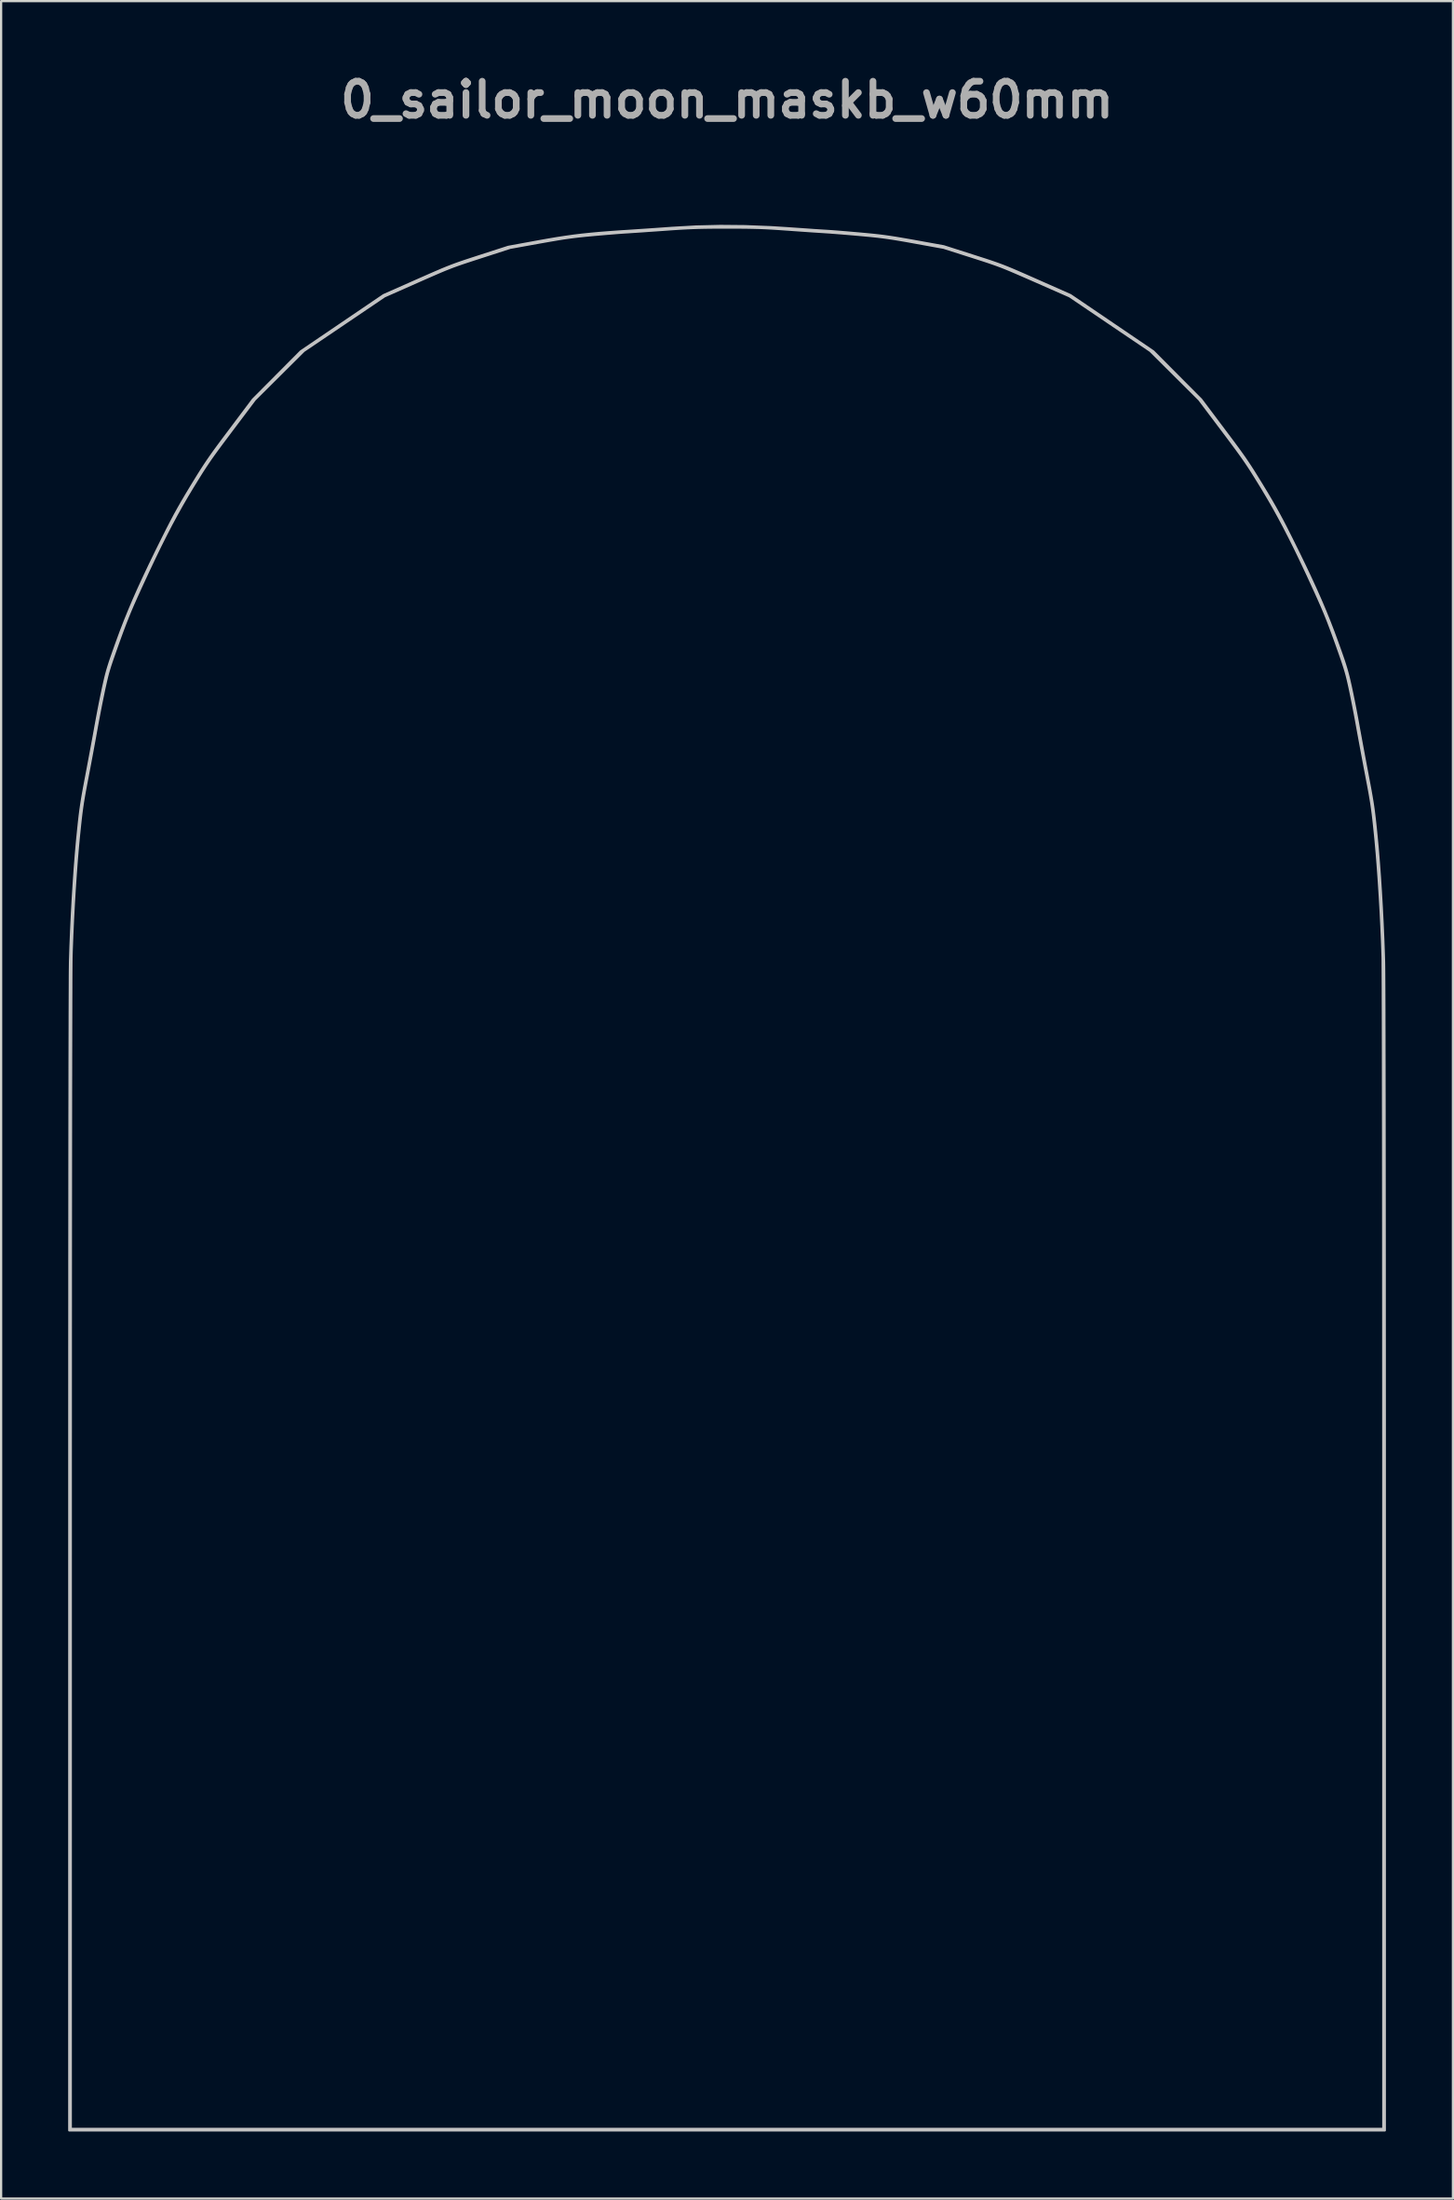
<source format=kicad_pcb>
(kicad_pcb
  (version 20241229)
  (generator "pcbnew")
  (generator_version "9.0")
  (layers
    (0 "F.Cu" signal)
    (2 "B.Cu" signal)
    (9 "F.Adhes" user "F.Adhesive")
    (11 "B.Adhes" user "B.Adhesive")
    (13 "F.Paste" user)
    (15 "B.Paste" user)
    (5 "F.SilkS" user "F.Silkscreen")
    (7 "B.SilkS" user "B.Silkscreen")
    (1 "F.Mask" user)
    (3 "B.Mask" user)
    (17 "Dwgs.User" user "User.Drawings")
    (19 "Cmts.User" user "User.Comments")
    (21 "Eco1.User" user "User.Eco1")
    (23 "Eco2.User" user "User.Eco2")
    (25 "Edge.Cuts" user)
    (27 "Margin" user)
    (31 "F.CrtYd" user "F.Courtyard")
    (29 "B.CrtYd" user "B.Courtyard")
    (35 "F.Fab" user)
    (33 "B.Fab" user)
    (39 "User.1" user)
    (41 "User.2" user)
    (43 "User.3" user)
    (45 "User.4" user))
  (footprint "0_sailor_moon_maskb_w60mm"
    (layer "F.Cu")
    (at 29.489 49.618)
    (property "Reference" "0_sailor_moon_maskb_w60mm" (at 0 -48.2 0) (layer "F.Fab") (effects (font (size 1.524 1.524) (thickness 0.3))))
    (attr board_only exclude_from_pos_files exclude_from_bom)
    (fp_poly (pts (xy -0.022 -36.275) (xy 0.19 -36.27) (xy 0.396 -36.262) (xy 0.606 -36.25) (xy 0.832 -36.234) (xy 1.068 -36.217) (xy 1.893 -36.146) (xy 2.678 -36.066) (xy 3.421 -35.977) (xy 4.114 -35.881) (xy 4.754 -35.777) (xy 5.336 -35.666) (xy 5.652 -35.598) (xy 6.289 -35.441) (xy 6.97 -35.254) (xy 7.684 -35.04) (xy 8.419 -34.803) (xy 9.162 -34.547) (xy 9.902 -34.278) (xy 10.627 -33.998) (xy 11.325 -33.713) (xy 11.983 -33.426) (xy 12.366 -33.249) (xy 13.32 -32.77) (xy 14.269 -32.24) (xy 15.207 -31.664) (xy 16.125 -31.049) (xy 17.014 -30.399) (xy 17.866 -29.722) (xy 18.673 -29.023) (xy 19.427 -28.308) (xy 19.826 -27.899) (xy 20.279 -27.416) (xy 20.688 -26.97) (xy 21.059 -26.553) (xy 21.399 -26.156) (xy 21.714 -25.773) (xy 22.011 -25.396) (xy 22.297 -25.018) (xy 22.372 -24.916) (xy 22.872 -24.2) (xy 23.369 -23.428) (xy 23.858 -22.611) (xy 24.332 -21.762) (xy 24.786 -20.89) (xy 25.214 -20.007) (xy 25.61 -19.124) (xy 25.968 -18.252) (xy 26.24 -17.523) (xy 26.445 -16.916) (xy 26.641 -16.276) (xy 26.826 -15.613) (xy 26.997 -14.939) (xy 27.153 -14.263) (xy 27.29 -13.597) (xy 27.407 -12.952) (xy 27.5 -12.338) (xy 27.569 -11.765) (xy 27.6 -11.398) (xy 27.629 -10.877) (xy 27.648 -10.305) (xy 27.658 -9.701) (xy 27.658 -9.078) (xy 27.649 -8.454) (xy 27.63 -7.843) (xy 27.603 -7.261) (xy 27.567 -6.725) (xy 27.553 -6.559) (xy 27.492 -5.903) (xy 27.431 -5.305) (xy 27.368 -4.755) (xy 27.302 -4.243) (xy 27.231 -3.761) (xy 27.153 -3.298) (xy 27.066 -2.845) (xy 26.97 -2.393) (xy 26.861 -1.933) (xy 26.74 -1.455) (xy 26.603 -0.949) (xy 26.501 -0.584) (xy 26.382 -0.172) (xy 26.278 0.185) (xy 26.183 0.499) (xy 26.095 0.778) (xy 26.01 1.034) (xy 25.925 1.276) (xy 25.837 1.515) (xy 25.741 1.76) (xy 25.635 2.023) (xy 25.621 2.058) (xy 25.338 2.734) (xy 25.063 3.357) (xy 24.79 3.941) (xy 24.511 4.501) (xy 24.221 5.048) (xy 23.913 5.596) (xy 23.64 6.058) (xy 23.323 6.58) (xy 23.028 7.052) (xy 22.75 7.484) (xy 22.481 7.886) (xy 22.214 8.269) (xy 21.942 8.641) (xy 21.659 9.013) (xy 21.357 9.395) (xy 21.187 9.606) (xy 20.796 10.082) (xy 20.439 10.507) (xy 20.11 10.887) (xy 19.807 11.227) (xy 19.524 11.53) (xy 19.257 11.802) (xy 19.002 12.047) (xy 18.861 12.177) (xy 18.044 12.883) (xy 17.217 13.535) (xy 16.363 14.144) (xy 15.466 14.725) (xy 15.353 14.794) (xy 14.777 15.143) (xy 14.247 15.456) (xy 13.757 15.74) (xy 13.297 15.996) (xy 12.86 16.229) (xy 12.439 16.443) (xy 12.025 16.641) (xy 11.61 16.828) (xy 11.188 17.007) (xy 10.749 17.183) (xy 10.287 17.359) (xy 9.813 17.532) (xy 8.93 17.84) (xy 8.093 18.115) (xy 7.292 18.361) (xy 6.517 18.579) (xy 5.757 18.774) (xy 5.002 18.946) (xy 4.243 19.1) (xy 3.64 19.209) (xy 3.45 19.246) (xy 3.308 19.292) (xy 3.202 19.356) (xy 3.121 19.449) (xy 3.052 19.583) (xy 2.983 19.767) (xy 2.962 19.831) (xy 2.77 20.494) (xy 2.628 21.146) (xy 2.537 21.775) (xy 2.514 22.046) (xy 2.509 22.31) (xy 2.523 22.619) (xy 2.554 22.951) (xy 2.599 23.289) (xy 2.656 23.611) (xy 2.724 23.9) (xy 2.736 23.946) (xy 2.766 24.047) (xy 2.794 24.139) (xy 2.824 24.228) (xy 2.859 24.321) (xy 2.901 24.423) (xy 2.953 24.542) (xy 3.019 24.682) (xy 3.101 24.852) (xy 3.202 25.056) (xy 3.324 25.301) (xy 3.471 25.593) (xy 3.635 25.917) (xy 3.707 26.124) (xy 3.736 26.357) (xy 3.721 26.592) (xy 3.674 26.768) (xy 3.626 26.877) (xy 3.565 26.962) (xy 3.475 27.045) (xy 3.396 27.106) (xy 3.278 27.187) (xy 3.165 27.255) (xy 3.079 27.296) (xy 3.074 27.298) (xy 2.975 27.317) (xy 2.835 27.328) (xy 2.677 27.331) (xy 2.527 27.325) (xy 2.409 27.309) (xy 2.4 27.307) (xy 2.337 27.277) (xy 2.24 27.215) (xy 2.123 27.13) (xy 2.046 27.069) (xy 1.863 26.9) (xy 1.657 26.671) (xy 1.427 26.384) (xy 1.175 26.039) (xy 0.903 25.638) (xy 0.691 25.31) (xy 0.554 25.091) (xy 0.443 24.906) (xy 0.35 24.739) (xy 0.266 24.572) (xy 0.183 24.387) (xy 0.09 24.168) (xy 0.025 24.009) (xy -0.071 23.769) (xy -0.145 23.575) (xy -0.204 23.41) (xy -0.251 23.258) (xy -0.291 23.103) (xy -0.33 22.928) (xy -0.372 22.719) (xy -0.376 22.696) (xy -0.419 22.461) (xy -0.46 22.209) (xy -0.495 21.963) (xy -0.522 21.745) (xy -0.533 21.633) (xy -0.571 21.187) (xy -0.751 20.964) (xy -0.931 20.741) (xy -1.308 20.619) (xy -1.472 20.567) (xy -1.625 20.518) (xy -1.75 20.478) (xy -1.819 20.457) (xy -1.906 20.424) (xy -2.032 20.367) (xy -2.175 20.297) (xy -2.259 20.253) (xy -2.348 20.208) (xy -2.454 20.161) (xy -2.583 20.109) (xy -2.741 20.051) (xy -2.934 19.983) (xy -3.168 19.904) (xy -3.449 19.812) (xy -3.784 19.705) (xy -4.095 19.606) (xy -4.471 19.488) (xy -4.888 19.359) (xy -5.328 19.224) (xy -5.774 19.088) (xy -6.21 18.956) (xy -6.619 18.834) (xy -6.984 18.726) (xy -7.044 18.708) (xy -7.52 18.567) (xy -7.968 18.428) (xy -8.397 18.288) (xy -8.817 18.143) (xy -9.238 17.99) (xy -9.669 17.824) (xy -10.12 17.644) (xy -10.601 17.444) (xy -11.121 17.221) (xy -11.69 16.972) (xy -11.746 16.947) (xy -12.732 16.491) (xy -13.666 16.019) (xy -14.546 15.533) (xy -15.367 15.034) (xy -16.128 14.523) (xy -16.754 14.06) (xy -16.974 13.892) (xy -17.147 13.768) (xy -17.276 13.686) (xy -17.363 13.645) (xy -17.383 13.639) (xy -17.536 13.647) (xy -17.711 13.712) (xy -17.902 13.834) (xy -17.946 13.868) (xy -18.051 13.947) (xy -18.192 14.044) (xy -18.346 14.143) (xy -18.43 14.196) (xy -18.559 14.27) (xy -18.676 14.33) (xy -18.797 14.382) (xy -18.939 14.431) (xy -19.117 14.484) (xy -19.295 14.533) (xy -19.585 14.603) (xy -19.923 14.672) (xy -20.294 14.736) (xy -20.681 14.794) (xy -21.069 14.843) (xy -21.442 14.882) (xy -21.785 14.908) (xy -22.082 14.92) (xy -22.128 14.92) (xy -22.561 14.904) (xy -22.937 14.857) (xy -23.257 14.779) (xy -23.518 14.669) (xy -23.722 14.528) (xy -23.832 14.407) (xy -23.885 14.328) (xy -23.915 14.255) (xy -23.928 14.164) (xy -23.931 14.031) (xy -23.931 14.026) (xy -23.93 13.902) (xy -23.919 13.813) (xy -23.891 13.736) (xy -23.839 13.646) (xy -23.773 13.547) (xy -23.704 13.452) (xy -23.629 13.365) (xy -23.538 13.276) (xy -23.42 13.176) (xy -23.265 13.054) (xy -23.13 12.953) (xy -22.928 12.803) (xy -22.694 12.633) (xy -22.452 12.46) (xy -22.225 12.299) (xy -22.129 12.233) (xy -21.798 12.003) (xy -21.518 11.809) (xy -21.285 11.645) (xy -21.096 11.51) (xy -20.947 11.399) (xy -20.834 11.311) (xy -20.752 11.241) (xy -20.7 11.187) (xy -20.671 11.145) (xy -20.664 11.112) (xy -20.673 11.086) (xy -20.695 11.062) (xy -20.702 11.056) (xy -20.748 11.042) (xy -20.849 11.022) (xy -20.99 11.001) (xy -21.161 10.978) (xy -21.261 10.967) (xy -21.616 10.925) (xy -21.91 10.88) (xy -22.15 10.832) (xy -22.341 10.775) (xy -22.489 10.709) (xy -22.601 10.629) (xy -22.683 10.534) (xy -22.74 10.42) (xy -22.779 10.285) (xy -22.783 10.266) (xy -22.82 10.084) (xy -22.666 9.936) (xy -22.564 9.851) (xy -22.419 9.747) (xy -22.248 9.636) (xy -22.069 9.529) (xy -21.898 9.436) (xy -21.754 9.368) (xy -21.752 9.367) (xy -21.673 9.33) (xy -21.645 9.298) (xy -21.657 9.254) (xy -21.665 9.238) (xy -21.72 9.154) (xy -21.813 9.032) (xy -21.935 8.882) (xy -22.077 8.715) (xy -22.23 8.54) (xy -22.387 8.368) (xy -22.537 8.207) (xy -22.673 8.07) (xy -22.737 8.008) (xy -23.102 7.687) (xy -23.459 7.415) (xy -23.825 7.179) (xy -24.205 6.973) (xy -24.543 6.796) (xy -24.835 6.621) (xy -25.1 6.437) (xy -25.357 6.23) (xy -25.525 6.082) (xy -25.65 5.963) (xy -25.766 5.84) (xy -25.883 5.703) (xy -26.01 5.538) (xy -26.158 5.335) (xy -26.244 5.212) (xy -26.4 4.986) (xy -26.524 4.796) (xy -26.627 4.627) (xy -26.718 4.46) (xy -26.807 4.28) (xy -26.896 4.085) (xy -27.092 3.62) (xy -27.284 3.113) (xy -27.465 2.587) (xy -27.627 2.063) (xy -27.763 1.566) (xy -27.801 1.41) (xy -27.916 0.861) (xy -27.997 0.333) (xy -28.047 -0.201) (xy -28.069 -0.764) (xy -28.07 -0.963) (xy -28.066 -1.219) (xy -28.052 -1.475) (xy -28.026 -1.742) (xy -27.988 -2.029) (xy -27.937 -2.346) (xy -27.87 -2.704) (xy -27.786 -3.112) (xy -27.752 -3.271) (xy -27.7 -3.526) (xy -27.66 -3.753) (xy -27.633 -3.966) (xy -27.617 -4.178) (xy -27.612 -4.403) (xy -27.617 -4.655) (xy -27.631 -4.946) (xy -27.653 -5.273) (xy -27.668 -5.541) (xy -27.681 -5.863) (xy -27.691 -6.231) (xy -27.697 -6.635) (xy -27.701 -7.069) (xy -27.703 -7.521) (xy -27.701 -7.985) (xy -27.697 -8.451) (xy -27.691 -8.911) (xy -27.682 -9.355) (xy -27.671 -9.776) (xy -27.657 -10.164) (xy -27.642 -10.511) (xy -27.624 -10.807) (xy -27.605 -11.031) (xy -27.542 -11.626) (xy -27.472 -12.207) (xy -27.392 -12.788) (xy -27.299 -13.384) (xy -27.193 -14.009) (xy -27.071 -14.678) (xy -27.021 -14.936) (xy -26.955 -15.251) (xy -26.864 -15.626) (xy -26.75 -16.063) (xy -26.612 -16.562) (xy -26.45 -17.124) (xy -26.436 -17.173) (xy -26.276 -17.676) (xy -26.083 -18.219) (xy -25.862 -18.786) (xy -25.619 -19.364) (xy -25.362 -19.938) (xy -25.096 -20.494) (xy -24.828 -21.016) (xy -24.6 -21.428) (xy -24.53 -21.546) (xy -24.427 -21.712) (xy -24.295 -21.921) (xy -24.139 -22.164) (xy -23.964 -22.436) (xy -23.773 -22.729) (xy -23.572 -23.038) (xy -23.363 -23.354) (xy -23.205 -23.593) (xy -22.968 -23.949) (xy -22.762 -24.258) (xy -22.581 -24.526) (xy -22.42 -24.763) (xy -22.273 -24.975) (xy -22.134 -25.171) (xy -21.997 -25.358) (xy -21.857 -25.545) (xy -21.708 -25.739) (xy -21.545 -25.948) (xy -21.361 -26.181) (xy -21.151 -26.444) (xy -21.015 -26.614) (xy -20.753 -26.94) (xy -20.525 -27.222) (xy -20.325 -27.466) (xy -20.146 -27.68) (xy -19.982 -27.872) (xy -19.826 -28.05) (xy -19.67 -28.22) (xy -19.51 -28.392) (xy -19.337 -28.572) (xy -19.193 -28.72) (xy -18.953 -28.963) (xy -18.734 -29.179) (xy -18.525 -29.379) (xy -18.313 -29.573) (xy -18.086 -29.773) (xy -17.832 -29.99) (xy -17.54 -30.234) (xy -17.491 -30.275) (xy -17.24 -30.481) (xy -17.032 -30.652) (xy -16.857 -30.793) (xy -16.706 -30.911) (xy -16.57 -31.012) (xy -16.439 -31.103) (xy -16.305 -31.19) (xy -16.158 -31.281) (xy -15.99 -31.381) (xy -15.791 -31.497) (xy -15.771 -31.509) (xy -15.375 -31.735) (xy -14.944 -31.976) (xy -14.485 -32.227) (xy -14.006 -32.485) (xy -13.512 -32.746) (xy -13.013 -33.006) (xy -12.515 -33.262) (xy -12.025 -33.509) (xy -11.552 -33.745) (xy -11.101 -33.965) (xy -10.681 -34.166) (xy -10.299 -34.343) (xy -9.961 -34.494) (xy -9.746 -34.586) (xy -9.09 -34.845) (xy -8.435 -35.079) (xy -7.775 -35.29) (xy -7.099 -35.479) (xy -6.4 -35.648) (xy -5.668 -35.8) (xy -4.896 -35.937) (xy -4.075 -36.06) (xy -3.238 -36.168) (xy -3.038 -36.191) (xy -2.853 -36.209) (xy -2.673 -36.225) (xy -2.487 -36.237) (xy -2.285 -36.247) (xy -2.056 -36.255) (xy -1.789 -36.261) (xy -1.474 -36.267) (xy -1.185 -36.271) (xy -0.824 -36.275) (xy -0.518 -36.277) (xy -0.254 -36.277)) (stroke (width 0) (type solid)) (fill yes) (layer "B.Mask"))
    (fp_poly (pts (xy 0.808 -42.551) (xy 1.954 -42.506) (xy 2.721 -42.458) (xy 3.034 -42.436) (xy 3.342 -42.415) (xy 3.634 -42.395) (xy 3.901 -42.376) (xy 4.133 -42.361) (xy 4.32 -42.349) (xy 4.453 -42.341) (xy 4.473 -42.34) (xy 4.602 -42.331) (xy 4.786 -42.318) (xy 5.013 -42.3) (xy 5.272 -42.279) (xy 5.55 -42.255) (xy 5.838 -42.23) (xy 5.975 -42.218) (xy 6.29 -42.189) (xy 6.566 -42.162) (xy 6.818 -42.134) (xy 7.059 -42.104) (xy 7.302 -42.069) (xy 7.562 -42.029) (xy 7.852 -41.98) (xy 8.186 -41.922) (xy 8.394 -41.885) (xy 9.696 -41.651) (xy 11.014 -41.23) (xy 11.317 -41.133) (xy 11.576 -41.05) (xy 11.802 -40.975) (xy 12.004 -40.906) (xy 12.192 -40.839) (xy 12.375 -40.77) (xy 12.563 -40.695) (xy 12.766 -40.611) (xy 12.993 -40.514) (xy 13.253 -40.401) (xy 13.557 -40.267) (xy 13.852 -40.137) (xy 15.37 -39.466) (xy 19.075 -36.952) (xy 20.147 -35.874) (xy 21.22 -34.796) (xy 22.238 -33.442) (xy 22.48 -33.12) (xy 22.688 -32.842) (xy 22.867 -32.599) (xy 23.024 -32.381) (xy 23.166 -32.181) (xy 23.297 -31.988) (xy 23.425 -31.795) (xy 23.556 -31.591) (xy 23.695 -31.368) (xy 23.85 -31.117) (xy 23.948 -30.957) (xy 24.167 -30.596) (xy 24.358 -30.272) (xy 24.533 -29.969) (xy 24.698 -29.67) (xy 24.864 -29.36) (xy 25.039 -29.022) (xy 25.231 -28.641) (xy 25.249 -28.605) (xy 25.569 -27.959) (xy 25.859 -27.363) (xy 26.121 -26.808) (xy 26.36 -26.288) (xy 26.578 -25.795) (xy 26.779 -25.32) (xy 26.966 -24.856) (xy 27.144 -24.395) (xy 27.304 -23.959) (xy 27.42 -23.636) (xy 27.516 -23.365) (xy 27.595 -23.136) (xy 27.66 -22.937) (xy 27.715 -22.757) (xy 27.763 -22.587) (xy 27.808 -22.415) (xy 27.852 -22.23) (xy 27.899 -22.023) (xy 27.92 -21.929) (xy 27.98 -21.645) (xy 28.047 -21.32) (xy 28.115 -20.976) (xy 28.18 -20.637) (xy 28.237 -20.328) (xy 28.252 -20.243) (xy 28.294 -20.008) (xy 28.347 -19.722) (xy 28.406 -19.397) (xy 28.471 -19.048) (xy 28.538 -18.689) (xy 28.605 -18.332) (xy 28.67 -17.993) (xy 28.67 -17.99) (xy 28.738 -17.632) (xy 28.795 -17.327) (xy 28.842 -17.061) (xy 28.882 -16.821) (xy 28.917 -16.595) (xy 28.948 -16.369) (xy 28.977 -16.13) (xy 29.007 -15.866) (xy 29.039 -15.563) (xy 29.068 -15.27) (xy 29.12 -14.72) (xy 29.169 -14.116) (xy 29.217 -13.468) (xy 29.261 -12.789) (xy 29.302 -12.09) (xy 29.338 -11.383) (xy 29.369 -10.68) (xy 29.394 -9.992) (xy 29.405 -9.629) (xy 29.407 -9.521) (xy 29.409 -9.347) (xy 29.411 -9.108) (xy 29.413 -8.805) (xy 29.415 -8.438) (xy 29.417 -8.01) (xy 29.419 -7.52) (xy 29.42 -6.969) (xy 29.422 -6.359) (xy 29.423 -5.69) (xy 29.425 -4.963) (xy 29.426 -4.179) (xy 29.428 -3.339) (xy 29.429 -2.444) (xy 29.43 -1.494) (xy 29.431 -0.491) (xy 29.432 0.565) (xy 29.433 1.672) (xy 29.434 2.83) (xy 29.435 4.038) (xy 29.435 5.295) (xy 29.436 6.6) (xy 29.437 7.952) (xy 29.437 9.35) (xy 29.438 10.794) (xy 29.438 12.283) (xy 29.438 13.815) (xy 29.438 15.39) (xy 29.438 17.007) (xy 29.438 17.081) (xy 29.439 42.623) (xy -29.439 42.623) (xy -29.439 42.556) (xy -29.372 42.556) (xy 29.372 42.556) (xy 29.371 16.847) (xy 29.371 15.285) (xy 29.371 13.759) (xy 29.371 12.27) (xy 29.37 10.82) (xy 29.37 9.409) (xy 29.369 8.038) (xy 29.369 6.709) (xy 29.368 5.423) (xy 29.367 4.18) (xy 29.367 2.982) (xy 29.366 1.83) (xy 29.365 0.725) (xy 29.364 -0.332) (xy 29.363 -1.341) (xy 29.362 -2.299) (xy 29.36 -3.206) (xy 29.359 -4.061) (xy 29.358 -4.863) (xy 29.357 -5.611) (xy 29.355 -6.303) (xy 29.354 -6.939) (xy 29.352 -7.517) (xy 29.35 -8.037) (xy 29.349 -8.497) (xy 29.347 -8.896) (xy 29.345 -9.234) (xy 29.343 -9.508) (xy 29.342 -9.719) (xy 29.34 -9.866) (xy 29.338 -9.93) (xy 29.317 -10.557) (xy 29.288 -11.214) (xy 29.255 -11.887) (xy 29.216 -12.564) (xy 29.173 -13.232) (xy 29.127 -13.877) (xy 29.079 -14.489) (xy 29.029 -15.052) (xy 29.003 -15.32) (xy 28.966 -15.677) (xy 28.933 -15.982) (xy 28.902 -16.249) (xy 28.87 -16.492) (xy 28.837 -16.726) (xy 28.798 -16.964) (xy 28.754 -17.221) (xy 28.7 -17.511) (xy 28.636 -17.848) (xy 28.622 -17.924) (xy 28.557 -18.26) (xy 28.489 -18.621) (xy 28.419 -18.991) (xy 28.352 -19.353) (xy 28.289 -19.693) (xy 28.234 -19.993) (xy 28.204 -20.16) (xy 28.15 -20.458) (xy 28.089 -20.784) (xy 28.024 -21.117) (xy 27.96 -21.438) (xy 27.901 -21.726) (xy 27.867 -21.886) (xy 27.821 -22.094) (xy 27.779 -22.277) (xy 27.737 -22.446) (xy 27.691 -22.613) (xy 27.64 -22.785) (xy 27.579 -22.975) (xy 27.506 -23.192) (xy 27.417 -23.447) (xy 27.31 -23.749) (xy 27.254 -23.906) (xy 27.116 -24.288) (xy 26.991 -24.623) (xy 26.874 -24.929) (xy 26.756 -25.221) (xy 26.632 -25.516) (xy 26.494 -25.83) (xy 26.337 -26.179) (xy 26.255 -26.358) (xy 25.959 -27.001) (xy 25.682 -27.588) (xy 25.421 -28.129) (xy 25.171 -28.629) (xy 24.93 -29.098) (xy 24.693 -29.542) (xy 24.457 -29.969) (xy 24.216 -30.386) (xy 23.969 -30.801) (xy 23.913 -30.893) (xy 23.749 -31.159) (xy 23.604 -31.393) (xy 23.472 -31.603) (xy 23.345 -31.798) (xy 23.219 -31.986) (xy 23.087 -32.177) (xy 22.944 -32.378) (xy 22.783 -32.599) (xy 22.598 -32.848) (xy 22.384 -33.135) (xy 22.176 -33.411) (xy 21.132 -34.796) (xy 20.037 -35.885) (xy 18.942 -36.973) (xy 17.135 -38.194) (xy 15.329 -39.416) (xy 13.781 -40.097) (xy 13.428 -40.252) (xy 13.126 -40.383) (xy 12.867 -40.495) (xy 12.641 -40.591) (xy 12.439 -40.674) (xy 12.25 -40.748) (xy 12.066 -40.816) (xy 11.878 -40.883) (xy 11.676 -40.952) (xy 11.451 -41.026) (xy 11.192 -41.109) (xy 10.964 -41.182) (xy 9.696 -41.586) (xy 8.396 -41.821) (xy 8.032 -41.887) (xy 7.72 -41.941) (xy 7.446 -41.986) (xy 7.197 -42.023) (xy 6.959 -42.056) (xy 6.719 -42.085) (xy 6.463 -42.112) (xy 6.177 -42.139) (xy 6.01 -42.154) (xy 5.712 -42.181) (xy 5.403 -42.207) (xy 5.099 -42.232) (xy 4.814 -42.254) (xy 4.562 -42.273) (xy 4.359 -42.286) (xy 4.322 -42.289) (xy 4.135 -42.301) (xy 3.896 -42.316) (xy 3.618 -42.335) (xy 3.317 -42.356) (xy 3.005 -42.378) (xy 2.698 -42.4) (xy 2.594 -42.407) (xy 2.28 -42.429) (xy 1.996 -42.447) (xy 1.73 -42.461) (xy 1.468 -42.472) (xy 1.198 -42.479) (xy 0.906 -42.485) (xy 0.58 -42.488) (xy 0.206 -42.489) (xy 0.005 -42.489) (xy -0.383 -42.489) (xy -0.719 -42.487) (xy -1.015 -42.483) (xy -1.287 -42.477) (xy -1.547 -42.468) (xy -1.811 -42.456) (xy -2.091 -42.441) (xy -2.401 -42.421) (xy -2.756 -42.396) (xy -2.823 -42.391) (xy -3.136 -42.369) (xy -3.443 -42.348) (xy -3.735 -42.327) (xy -4.002 -42.309) (xy -4.234 -42.294) (xy -4.421 -42.281) (xy -4.553 -42.273) (xy -4.573 -42.272) (xy -4.705 -42.263) (xy -4.891 -42.25) (xy -5.119 -42.231) (xy -5.377 -42.21) (xy -5.653 -42.187) (xy -5.935 -42.162) (xy -6.013 -42.155) (xy -6.313 -42.127) (xy -6.58 -42.1) (xy -6.827 -42.071) (xy -7.067 -42.04) (xy -7.314 -42.005) (xy -7.581 -41.962) (xy -7.881 -41.911) (xy -8.228 -41.85) (xy -8.392 -41.821) (xy -9.713 -41.583) (xy -11.04 -41.154) (xy -11.349 -41.054) (xy -11.615 -40.967) (xy -11.847 -40.89) (xy -12.054 -40.818) (xy -12.248 -40.748) (xy -12.438 -40.675) (xy -12.634 -40.597) (xy -12.846 -40.508) (xy -13.084 -40.406) (xy -13.359 -40.286) (xy -13.679 -40.145) (xy -13.849 -40.07) (xy -15.333 -39.413) (xy -17.137 -38.193) (xy -18.942 -36.973) (xy -20.037 -35.885) (xy -21.132 -34.796) (xy -22.176 -33.411) (xy -22.42 -33.086) (xy -22.629 -32.807) (xy -22.81 -32.562) (xy -22.968 -32.345) (xy -23.109 -32.146) (xy -23.239 -31.956) (xy -23.365 -31.767) (xy -23.492 -31.571) (xy -23.626 -31.358) (xy -23.774 -31.119) (xy -23.913 -30.893) (xy -24.163 -30.477) (xy -24.404 -30.061) (xy -24.641 -29.637) (xy -24.878 -29.197) (xy -25.118 -28.735) (xy -25.365 -28.242) (xy -25.623 -27.711) (xy -25.896 -27.134) (xy -26.188 -26.504) (xy -26.255 -26.358) (xy -26.424 -25.986) (xy -26.57 -25.658) (xy -26.7 -25.356) (xy -26.819 -25.065) (xy -26.936 -24.768) (xy -27.057 -24.448) (xy -27.188 -24.09) (xy -27.254 -23.905) (xy -27.369 -23.583) (xy -27.464 -23.313) (xy -27.543 -23.085) (xy -27.608 -22.889) (xy -27.662 -22.713) (xy -27.71 -22.548) (xy -27.752 -22.383) (xy -27.794 -22.208) (xy -27.838 -22.013) (xy -27.884 -21.803) (xy -27.946 -21.505) (xy -28.015 -21.166) (xy -28.084 -20.811) (xy -28.15 -20.465) (xy -28.208 -20.152) (xy -28.221 -20.076) (xy -28.265 -19.833) (xy -28.318 -19.538) (xy -28.379 -19.209) (xy -28.444 -18.858) (xy -28.511 -18.502) (xy -28.577 -18.155) (xy -28.621 -17.924) (xy -28.688 -17.575) (xy -28.744 -17.276) (xy -28.79 -17.014) (xy -28.83 -16.772) (xy -28.864 -16.539) (xy -28.896 -16.298) (xy -28.927 -16.037) (xy -28.959 -15.74) (xy -28.995 -15.394) (xy -29.003 -15.32) (xy -29.054 -14.783) (xy -29.104 -14.191) (xy -29.151 -13.558) (xy -29.196 -12.897) (xy -29.237 -12.219) (xy -29.273 -11.537) (xy -29.304 -10.865) (xy -29.329 -10.214) (xy -29.338 -9.93) (xy -29.34 -9.831) (xy -29.342 -9.666) (xy -29.344 -9.437) (xy -29.346 -9.144) (xy -29.348 -8.789) (xy -29.349 -8.373) (xy -29.351 -7.895) (xy -29.352 -7.359) (xy -29.354 -6.765) (xy -29.355 -6.113) (xy -29.357 -5.405) (xy -29.358 -4.642) (xy -29.36 -3.825) (xy -29.361 -2.955) (xy -29.362 -2.033) (xy -29.363 -1.061) (xy -29.364 -0.038) (xy -29.365 1.033) (xy -29.366 2.151) (xy -29.367 3.317) (xy -29.368 4.527) (xy -29.368 5.782) (xy -29.369 7.081) (xy -29.369 8.422) (xy -29.37 9.804) (xy -29.37 11.226) (xy -29.371 12.687) (xy -29.371 14.187) (xy -29.371 15.723) (xy -29.371 16.847) (xy -29.372 42.556) (xy -29.439 42.556) (xy -29.438 17.064) (xy -29.438 15.399) (xy -29.438 13.781) (xy -29.438 12.21) (xy -29.438 10.687) (xy -29.437 9.212) (xy -29.437 7.787) (xy -29.436 6.412) (xy -29.435 5.087) (xy -29.435 3.815) (xy -29.434 2.594) (xy -29.433 1.426) (xy -29.432 0.313) (xy -29.431 -0.747) (xy -29.43 -1.751) (xy -29.429 -2.699) (xy -29.427 -3.591) (xy -29.426 -4.425) (xy -29.425 -5.201) (xy -29.423 -5.918) (xy -29.421 -6.575) (xy -29.42 -7.172) (xy -29.418 -7.708) (xy -29.416 -8.182) (xy -29.414 -8.593) (xy -29.413 -8.941) (xy -29.411 -9.225) (xy -29.408 -9.444) (xy -29.406 -9.598) (xy -29.405 -9.663) (xy -29.383 -10.346) (xy -29.354 -11.05) (xy -29.32 -11.763) (xy -29.281 -12.474) (xy -29.237 -13.169) (xy -29.191 -13.839) (xy -29.141 -14.47) (xy -29.09 -15.051) (xy -29.068 -15.27) (xy -29.033 -15.616) (xy -29.002 -15.912) (xy -28.973 -16.171) (xy -28.943 -16.407) (xy -28.911 -16.632) (xy -28.876 -16.86) (xy -28.835 -17.104) (xy -28.786 -17.376) (xy -28.727 -17.69) (xy -28.67 -17.99) (xy -28.606 -18.329) (xy -28.539 -18.686) (xy -28.472 -19.045) (xy -28.407 -19.394) (xy -28.347 -19.719) (xy -28.295 -20.006) (xy -28.253 -20.242) (xy -28.252 -20.243) (xy -28.198 -20.539) (xy -28.135 -20.872) (xy -28.068 -21.216) (xy -28 -21.55) (xy -27.937 -21.849) (xy -27.92 -21.929) (xy -27.871 -22.149) (xy -27.827 -22.341) (xy -27.783 -22.516) (xy -27.737 -22.685) (xy -27.685 -22.858) (xy -27.625 -23.047) (xy -27.552 -23.261) (xy -27.464 -23.512) (xy -27.358 -23.81) (xy -27.304 -23.959) (xy -27.133 -24.425) (xy -26.954 -24.887) (xy -26.765 -25.352) (xy -26.563 -25.829) (xy -26.343 -26.326) (xy -26.102 -26.849) (xy -25.838 -27.407) (xy -25.546 -28.007) (xy -25.249 -28.605) (xy -25.055 -28.991) (xy -24.879 -29.332) (xy -24.713 -29.644) (xy -24.547 -29.943) (xy -24.374 -30.245) (xy -24.184 -30.567) (xy -23.969 -30.923) (xy -23.948 -30.957) (xy -23.782 -31.228) (xy -23.635 -31.465) (xy -23.5 -31.679) (xy -23.371 -31.877) (xy -23.242 -32.069) (xy -23.107 -32.264) (xy -22.96 -32.471) (xy -22.794 -32.698) (xy -22.604 -32.955) (xy -22.382 -33.251) (xy -22.238 -33.442) (xy -21.22 -34.796) (xy -20.147 -35.874) (xy -19.075 -36.952) (xy -15.37 -39.466) (xy -13.868 -40.13) (xy -13.519 -40.284) (xy -13.221 -40.415) (xy -12.964 -40.526) (xy -12.739 -40.622) (xy -12.536 -40.705) (xy -12.344 -40.78) (xy -12.154 -40.851) (xy -11.957 -40.921) (xy -11.742 -40.994) (xy -11.5 -41.074) (xy -11.22 -41.165) (xy -11.081 -41.21) (xy -9.796 -41.625) (xy -8.444 -41.872) (xy -8.01 -41.949) (xy -7.608 -42.017) (xy -7.228 -42.075) (xy -6.857 -42.127) (xy -6.483 -42.172) (xy -6.096 -42.212) (xy -5.684 -42.25) (xy -5.234 -42.285) (xy -4.736 -42.32) (xy -4.437 -42.339) (xy -4.19 -42.355) (xy -3.894 -42.375) (xy -3.565 -42.397) (xy -3.221 -42.421) (xy -2.878 -42.445) (xy -2.554 -42.468) (xy -2.487 -42.473) (xy -1.398 -42.535) (xy -0.305 -42.561)) (stroke (width 0.1) (type solid)) (fill no) (layer "Dwgs.User")))
  (gr_rect
    (start -3 -3)
    (end 61.977 95.291)
    (stroke (width 0.1) (type default))
    (fill no)
    (layer "Edge.Cuts")))
</source>
